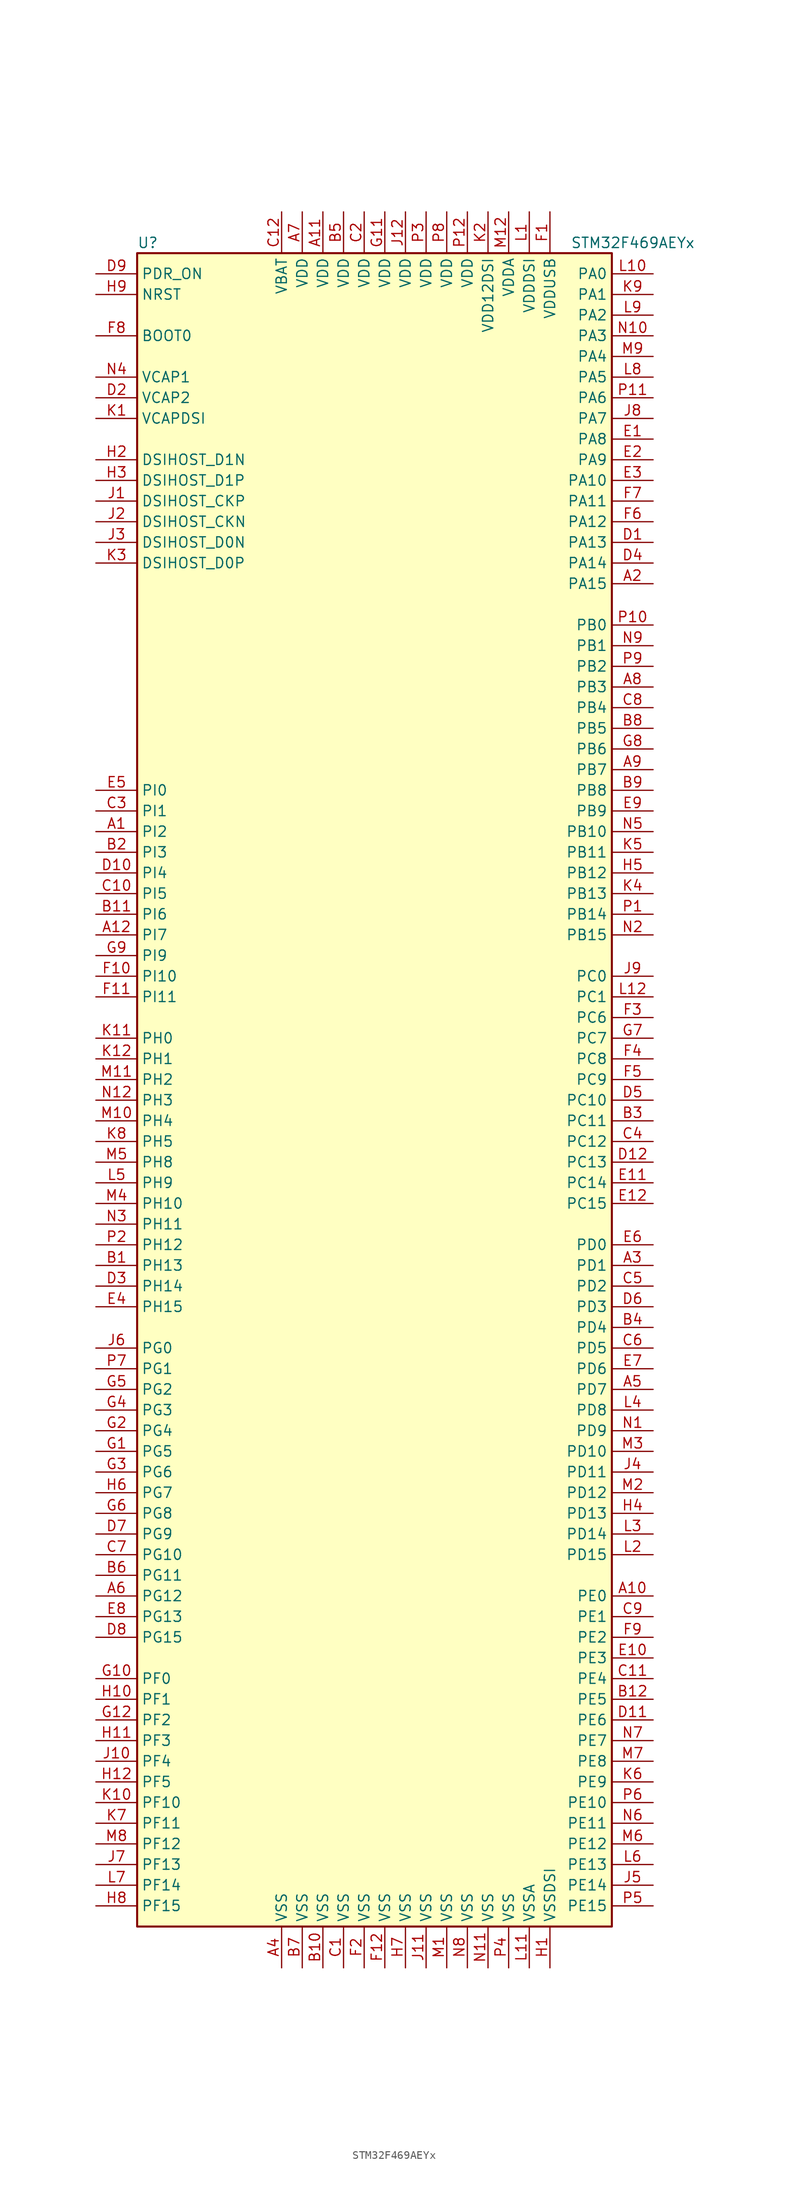
<source format=kicad_sym>
(kicad_symbol_lib
  (version 20211014)
  (generator kicad_symbol_editor)
  (symbol "STM32F469AEYx"
    (property "Reference" "U"
      (at -30.48 102.87 0)
      (effects (font (size 1.27 1.27)) (justify left)))
    (property "Value" "STM32F469AEYx"
      (at 22.86 102.87 0)
      (effects (font (size 1.27 1.27)) (justify left)))
    (symbol "STM32F469AEYx_0_1"
      (rectangle (start -30.48 -104.14) (end 27.94 101.6) (stroke (width 0.254) (type default) (color 0 0 0 0)) (fill (type background))))
    (symbol "STM32F469AEYx_1_1"
      (pin bidirectional line (at -35.56 30.48 0) (length 5.08) (name "PI2" (effects (font (size 1.27 1.27)))) (number "A1" (effects (font (size 1.27 1.27)))))
      (pin bidirectional line (at 33.02 -63.5 180) (length 5.08) (name "PE0" (effects (font (size 1.27 1.27)))) (number "A10" (effects (font (size 1.27 1.27)))))
      (pin power_in line (at -7.62 106.68 270) (length 5.08) (name "VDD" (effects (font (size 1.27 1.27)))) (number "A11" (effects (font (size 1.27 1.27)))))
      (pin bidirectional line (at -35.56 17.78 0) (length 5.08) (name "PI7" (effects (font (size 1.27 1.27)))) (number "A12" (effects (font (size 1.27 1.27)))))
      (pin bidirectional line (at 33.02 60.96 180) (length 5.08) (name "PA15" (effects (font (size 1.27 1.27)))) (number "A2" (effects (font (size 1.27 1.27)))))
      (pin bidirectional line (at 33.02 -22.86 180) (length 5.08) (name "PD1" (effects (font (size 1.27 1.27)))) (number "A3" (effects (font (size 1.27 1.27)))))
      (pin power_in line (at -12.7 -109.22 90) (length 5.08) (name "VSS" (effects (font (size 1.27 1.27)))) (number "A4" (effects (font (size 1.27 1.27)))))
      (pin bidirectional line (at 33.02 -38.1 180) (length 5.08) (name "PD7" (effects (font (size 1.27 1.27)))) (number "A5" (effects (font (size 1.27 1.27)))))
      (pin bidirectional line (at -35.56 -63.5 0) (length 5.08) (name "PG12" (effects (font (size 1.27 1.27)))) (number "A6" (effects (font (size 1.27 1.27)))))
      (pin power_in line (at -10.16 106.68 270) (length 5.08) (name "VDD" (effects (font (size 1.27 1.27)))) (number "A7" (effects (font (size 1.27 1.27)))))
      (pin bidirectional line (at 33.02 48.26 180) (length 5.08) (name "PB3" (effects (font (size 1.27 1.27)))) (number "A8" (effects (font (size 1.27 1.27)))))
      (pin bidirectional line (at 33.02 38.1 180) (length 5.08) (name "PB7" (effects (font (size 1.27 1.27)))) (number "A9" (effects (font (size 1.27 1.27)))))
      (pin bidirectional line (at -35.56 -22.86 0) (length 5.08) (name "PH13" (effects (font (size 1.27 1.27)))) (number "B1" (effects (font (size 1.27 1.27)))))
      (pin power_in line (at -7.62 -109.22 90) (length 5.08) (name "VSS" (effects (font (size 1.27 1.27)))) (number "B10" (effects (font (size 1.27 1.27)))))
      (pin bidirectional line (at -35.56 20.32 0) (length 5.08) (name "PI6" (effects (font (size 1.27 1.27)))) (number "B11" (effects (font (size 1.27 1.27)))))
      (pin bidirectional line (at 33.02 -76.2 180) (length 5.08) (name "PE5" (effects (font (size 1.27 1.27)))) (number "B12" (effects (font (size 1.27 1.27)))))
      (pin bidirectional line (at -35.56 27.94 0) (length 5.08) (name "PI3" (effects (font (size 1.27 1.27)))) (number "B2" (effects (font (size 1.27 1.27)))))
      (pin bidirectional line (at 33.02 -5.08 180) (length 5.08) (name "PC11" (effects (font (size 1.27 1.27)))) (number "B3" (effects (font (size 1.27 1.27)))))
      (pin bidirectional line (at 33.02 -30.48 180) (length 5.08) (name "PD4" (effects (font (size 1.27 1.27)))) (number "B4" (effects (font (size 1.27 1.27)))))
      (pin power_in line (at -5.08 106.68 270) (length 5.08) (name "VDD" (effects (font (size 1.27 1.27)))) (number "B5" (effects (font (size 1.27 1.27)))))
      (pin bidirectional line (at -35.56 -60.96 0) (length 5.08) (name "PG11" (effects (font (size 1.27 1.27)))) (number "B6" (effects (font (size 1.27 1.27)))))
      (pin power_in line (at -10.16 -109.22 90) (length 5.08) (name "VSS" (effects (font (size 1.27 1.27)))) (number "B7" (effects (font (size 1.27 1.27)))))
      (pin bidirectional line (at 33.02 43.18 180) (length 5.08) (name "PB5" (effects (font (size 1.27 1.27)))) (number "B8" (effects (font (size 1.27 1.27)))))
      (pin bidirectional line (at 33.02 35.56 180) (length 5.08) (name "PB8" (effects (font (size 1.27 1.27)))) (number "B9" (effects (font (size 1.27 1.27)))))
      (pin power_in line (at -5.08 -109.22 90) (length 5.08) (name "VSS" (effects (font (size 1.27 1.27)))) (number "C1" (effects (font (size 1.27 1.27)))))
      (pin bidirectional line (at -35.56 22.86 0) (length 5.08) (name "PI5" (effects (font (size 1.27 1.27)))) (number "C10" (effects (font (size 1.27 1.27)))))
      (pin bidirectional line (at 33.02 -73.66 180) (length 5.08) (name "PE4" (effects (font (size 1.27 1.27)))) (number "C11" (effects (font (size 1.27 1.27)))))
      (pin power_in line (at -12.7 106.68 270) (length 5.08) (name "VBAT" (effects (font (size 1.27 1.27)))) (number "C12" (effects (font (size 1.27 1.27)))))
      (pin power_in line (at -2.54 106.68 270) (length 5.08) (name "VDD" (effects (font (size 1.27 1.27)))) (number "C2" (effects (font (size 1.27 1.27)))))
      (pin bidirectional line (at -35.56 33.02 0) (length 5.08) (name "PI1" (effects (font (size 1.27 1.27)))) (number "C3" (effects (font (size 1.27 1.27)))))
      (pin bidirectional line (at 33.02 -7.62 180) (length 5.08) (name "PC12" (effects (font (size 1.27 1.27)))) (number "C4" (effects (font (size 1.27 1.27)))))
      (pin bidirectional line (at 33.02 -25.4 180) (length 5.08) (name "PD2" (effects (font (size 1.27 1.27)))) (number "C5" (effects (font (size 1.27 1.27)))))
      (pin bidirectional line (at 33.02 -33.02 180) (length 5.08) (name "PD5" (effects (font (size 1.27 1.27)))) (number "C6" (effects (font (size 1.27 1.27)))))
      (pin bidirectional line (at -35.56 -58.42 0) (length 5.08) (name "PG10" (effects (font (size 1.27 1.27)))) (number "C7" (effects (font (size 1.27 1.27)))))
      (pin bidirectional line (at 33.02 45.72 180) (length 5.08) (name "PB4" (effects (font (size 1.27 1.27)))) (number "C8" (effects (font (size 1.27 1.27)))))
      (pin bidirectional line (at 33.02 -66.04 180) (length 5.08) (name "PE1" (effects (font (size 1.27 1.27)))) (number "C9" (effects (font (size 1.27 1.27)))))
      (pin bidirectional line (at 33.02 66.04 180) (length 5.08) (name "PA13" (effects (font (size 1.27 1.27)))) (number "D1" (effects (font (size 1.27 1.27)))))
      (pin bidirectional line (at -35.56 25.4 0) (length 5.08) (name "PI4" (effects (font (size 1.27 1.27)))) (number "D10" (effects (font (size 1.27 1.27)))))
      (pin bidirectional line (at 33.02 -78.74 180) (length 5.08) (name "PE6" (effects (font (size 1.27 1.27)))) (number "D11" (effects (font (size 1.27 1.27)))))
      (pin bidirectional line (at 33.02 -10.16 180) (length 5.08) (name "PC13" (effects (font (size 1.27 1.27)))) (number "D12" (effects (font (size 1.27 1.27)))))
      (pin power_in line (at -35.56 83.82 0) (length 5.08) (name "VCAP2" (effects (font (size 1.27 1.27)))) (number "D2" (effects (font (size 1.27 1.27)))))
      (pin bidirectional line (at -35.56 -25.4 0) (length 5.08) (name "PH14" (effects (font (size 1.27 1.27)))) (number "D3" (effects (font (size 1.27 1.27)))))
      (pin bidirectional line (at 33.02 63.5 180) (length 5.08) (name "PA14" (effects (font (size 1.27 1.27)))) (number "D4" (effects (font (size 1.27 1.27)))))
      (pin bidirectional line (at 33.02 -2.54 180) (length 5.08) (name "PC10" (effects (font (size 1.27 1.27)))) (number "D5" (effects (font (size 1.27 1.27)))))
      (pin bidirectional line (at 33.02 -27.94 180) (length 5.08) (name "PD3" (effects (font (size 1.27 1.27)))) (number "D6" (effects (font (size 1.27 1.27)))))
      (pin bidirectional line (at -35.56 -55.88 0) (length 5.08) (name "PG9" (effects (font (size 1.27 1.27)))) (number "D7" (effects (font (size 1.27 1.27)))))
      (pin bidirectional line (at -35.56 -68.58 0) (length 5.08) (name "PG15" (effects (font (size 1.27 1.27)))) (number "D8" (effects (font (size 1.27 1.27)))))
      (pin input line (at -35.56 99.06 0) (length 5.08) (name "PDR_ON" (effects (font (size 1.27 1.27)))) (number "D9" (effects (font (size 1.27 1.27)))))
      (pin bidirectional line (at 33.02 78.74 180) (length 5.08) (name "PA8" (effects (font (size 1.27 1.27)))) (number "E1" (effects (font (size 1.27 1.27)))))
      (pin bidirectional line (at 33.02 -71.12 180) (length 5.08) (name "PE3" (effects (font (size 1.27 1.27)))) (number "E10" (effects (font (size 1.27 1.27)))))
      (pin bidirectional line (at 33.02 -12.7 180) (length 5.08) (name "PC14" (effects (font (size 1.27 1.27)))) (number "E11" (effects (font (size 1.27 1.27)))))
      (pin bidirectional line (at 33.02 -15.24 180) (length 5.08) (name "PC15" (effects (font (size 1.27 1.27)))) (number "E12" (effects (font (size 1.27 1.27)))))
      (pin bidirectional line (at 33.02 76.2 180) (length 5.08) (name "PA9" (effects (font (size 1.27 1.27)))) (number "E2" (effects (font (size 1.27 1.27)))))
      (pin bidirectional line (at 33.02 73.66 180) (length 5.08) (name "PA10" (effects (font (size 1.27 1.27)))) (number "E3" (effects (font (size 1.27 1.27)))))
      (pin bidirectional line (at -35.56 -27.94 0) (length 5.08) (name "PH15" (effects (font (size 1.27 1.27)))) (number "E4" (effects (font (size 1.27 1.27)))))
      (pin bidirectional line (at -35.56 35.56 0) (length 5.08) (name "PI0" (effects (font (size 1.27 1.27)))) (number "E5" (effects (font (size 1.27 1.27)))))
      (pin bidirectional line (at 33.02 -20.32 180) (length 5.08) (name "PD0" (effects (font (size 1.27 1.27)))) (number "E6" (effects (font (size 1.27 1.27)))))
      (pin bidirectional line (at 33.02 -35.56 180) (length 5.08) (name "PD6" (effects (font (size 1.27 1.27)))) (number "E7" (effects (font (size 1.27 1.27)))))
      (pin bidirectional line (at -35.56 -66.04 0) (length 5.08) (name "PG13" (effects (font (size 1.27 1.27)))) (number "E8" (effects (font (size 1.27 1.27)))))
      (pin bidirectional line (at 33.02 33.02 180) (length 5.08) (name "PB9" (effects (font (size 1.27 1.27)))) (number "E9" (effects (font (size 1.27 1.27)))))
      (pin power_in line (at 20.32 106.68 270) (length 5.08) (name "VDDUSB" (effects (font (size 1.27 1.27)))) (number "F1" (effects (font (size 1.27 1.27)))))
      (pin bidirectional line (at -35.56 12.7 0) (length 5.08) (name "PI10" (effects (font (size 1.27 1.27)))) (number "F10" (effects (font (size 1.27 1.27)))))
      (pin bidirectional line (at -35.56 10.16 0) (length 5.08) (name "PI11" (effects (font (size 1.27 1.27)))) (number "F11" (effects (font (size 1.27 1.27)))))
      (pin power_in line (at 0 -109.22 90) (length 5.08) (name "VSS" (effects (font (size 1.27 1.27)))) (number "F12" (effects (font (size 1.27 1.27)))))
      (pin power_in line (at -2.54 -109.22 90) (length 5.08) (name "VSS" (effects (font (size 1.27 1.27)))) (number "F2" (effects (font (size 1.27 1.27)))))
      (pin bidirectional line (at 33.02 7.62 180) (length 5.08) (name "PC6" (effects (font (size 1.27 1.27)))) (number "F3" (effects (font (size 1.27 1.27)))))
      (pin bidirectional line (at 33.02 2.54 180) (length 5.08) (name "PC8" (effects (font (size 1.27 1.27)))) (number "F4" (effects (font (size 1.27 1.27)))))
      (pin bidirectional line (at 33.02 0 180) (length 5.08) (name "PC9" (effects (font (size 1.27 1.27)))) (number "F5" (effects (font (size 1.27 1.27)))))
      (pin bidirectional line (at 33.02 68.58 180) (length 5.08) (name "PA12" (effects (font (size 1.27 1.27)))) (number "F6" (effects (font (size 1.27 1.27)))))
      (pin bidirectional line (at 33.02 71.12 180) (length 5.08) (name "PA11" (effects (font (size 1.27 1.27)))) (number "F7" (effects (font (size 1.27 1.27)))))
      (pin input line (at -35.56 91.44 0) (length 5.08) (name "BOOT0" (effects (font (size 1.27 1.27)))) (number "F8" (effects (font (size 1.27 1.27)))))
      (pin bidirectional line (at 33.02 -68.58 180) (length 5.08) (name "PE2" (effects (font (size 1.27 1.27)))) (number "F9" (effects (font (size 1.27 1.27)))))
      (pin bidirectional line (at -35.56 -45.72 0) (length 5.08) (name "PG5" (effects (font (size 1.27 1.27)))) (number "G1" (effects (font (size 1.27 1.27)))))
      (pin bidirectional line (at -35.56 -73.66 0) (length 5.08) (name "PF0" (effects (font (size 1.27 1.27)))) (number "G10" (effects (font (size 1.27 1.27)))))
      (pin power_in line (at 0 106.68 270) (length 5.08) (name "VDD" (effects (font (size 1.27 1.27)))) (number "G11" (effects (font (size 1.27 1.27)))))
      (pin bidirectional line (at -35.56 -78.74 0) (length 5.08) (name "PF2" (effects (font (size 1.27 1.27)))) (number "G12" (effects (font (size 1.27 1.27)))))
      (pin bidirectional line (at -35.56 -43.18 0) (length 5.08) (name "PG4" (effects (font (size 1.27 1.27)))) (number "G2" (effects (font (size 1.27 1.27)))))
      (pin bidirectional line (at -35.56 -48.26 0) (length 5.08) (name "PG6" (effects (font (size 1.27 1.27)))) (number "G3" (effects (font (size 1.27 1.27)))))
      (pin bidirectional line (at -35.56 -40.64 0) (length 5.08) (name "PG3" (effects (font (size 1.27 1.27)))) (number "G4" (effects (font (size 1.27 1.27)))))
      (pin bidirectional line (at -35.56 -38.1 0) (length 5.08) (name "PG2" (effects (font (size 1.27 1.27)))) (number "G5" (effects (font (size 1.27 1.27)))))
      (pin bidirectional line (at -35.56 -53.34 0) (length 5.08) (name "PG8" (effects (font (size 1.27 1.27)))) (number "G6" (effects (font (size 1.27 1.27)))))
      (pin bidirectional line (at 33.02 5.08 180) (length 5.08) (name "PC7" (effects (font (size 1.27 1.27)))) (number "G7" (effects (font (size 1.27 1.27)))))
      (pin bidirectional line (at 33.02 40.64 180) (length 5.08) (name "PB6" (effects (font (size 1.27 1.27)))) (number "G8" (effects (font (size 1.27 1.27)))))
      (pin bidirectional line (at -35.56 15.24 0) (length 5.08) (name "PI9" (effects (font (size 1.27 1.27)))) (number "G9" (effects (font (size 1.27 1.27)))))
      (pin power_in line (at 20.32 -109.22 90) (length 5.08) (name "VSSDSI" (effects (font (size 1.27 1.27)))) (number "H1" (effects (font (size 1.27 1.27)))))
      (pin bidirectional line (at -35.56 -76.2 0) (length 5.08) (name "PF1" (effects (font (size 1.27 1.27)))) (number "H10" (effects (font (size 1.27 1.27)))))
      (pin bidirectional line (at -35.56 -81.28 0) (length 5.08) (name "PF3" (effects (font (size 1.27 1.27)))) (number "H11" (effects (font (size 1.27 1.27)))))
      (pin bidirectional line (at -35.56 -86.36 0) (length 5.08) (name "PF5" (effects (font (size 1.27 1.27)))) (number "H12" (effects (font (size 1.27 1.27)))))
      (pin bidirectional line (at -35.56 76.2 0) (length 5.08) (name "DSIHOST_D1N" (effects (font (size 1.27 1.27)))) (number "H2" (effects (font (size 1.27 1.27)))))
      (pin bidirectional line (at -35.56 73.66 0) (length 5.08) (name "DSIHOST_D1P" (effects (font (size 1.27 1.27)))) (number "H3" (effects (font (size 1.27 1.27)))))
      (pin bidirectional line (at 33.02 -53.34 180) (length 5.08) (name "PD13" (effects (font (size 1.27 1.27)))) (number "H4" (effects (font (size 1.27 1.27)))))
      (pin bidirectional line (at 33.02 25.4 180) (length 5.08) (name "PB12" (effects (font (size 1.27 1.27)))) (number "H5" (effects (font (size 1.27 1.27)))))
      (pin bidirectional line (at -35.56 -50.8 0) (length 5.08) (name "PG7" (effects (font (size 1.27 1.27)))) (number "H6" (effects (font (size 1.27 1.27)))))
      (pin power_in line (at 2.54 -109.22 90) (length 5.08) (name "VSS" (effects (font (size 1.27 1.27)))) (number "H7" (effects (font (size 1.27 1.27)))))
      (pin bidirectional line (at -35.56 -101.6 0) (length 5.08) (name "PF15" (effects (font (size 1.27 1.27)))) (number "H8" (effects (font (size 1.27 1.27)))))
      (pin input line (at -35.56 96.52 0) (length 5.08) (name "NRST" (effects (font (size 1.27 1.27)))) (number "H9" (effects (font (size 1.27 1.27)))))
      (pin bidirectional line (at -35.56 71.12 0) (length 5.08) (name "DSIHOST_CKP" (effects (font (size 1.27 1.27)))) (number "J1" (effects (font (size 1.27 1.27)))))
      (pin bidirectional line (at -35.56 -83.82 0) (length 5.08) (name "PF4" (effects (font (size 1.27 1.27)))) (number "J10" (effects (font (size 1.27 1.27)))))
      (pin power_in line (at 5.08 -109.22 90) (length 5.08) (name "VSS" (effects (font (size 1.27 1.27)))) (number "J11" (effects (font (size 1.27 1.27)))))
      (pin power_in line (at 2.54 106.68 270) (length 5.08) (name "VDD" (effects (font (size 1.27 1.27)))) (number "J12" (effects (font (size 1.27 1.27)))))
      (pin bidirectional line (at -35.56 68.58 0) (length 5.08) (name "DSIHOST_CKN" (effects (font (size 1.27 1.27)))) (number "J2" (effects (font (size 1.27 1.27)))))
      (pin bidirectional line (at -35.56 66.04 0) (length 5.08) (name "DSIHOST_D0N" (effects (font (size 1.27 1.27)))) (number "J3" (effects (font (size 1.27 1.27)))))
      (pin bidirectional line (at 33.02 -48.26 180) (length 5.08) (name "PD11" (effects (font (size 1.27 1.27)))) (number "J4" (effects (font (size 1.27 1.27)))))
      (pin bidirectional line (at 33.02 -99.06 180) (length 5.08) (name "PE14" (effects (font (size 1.27 1.27)))) (number "J5" (effects (font (size 1.27 1.27)))))
      (pin bidirectional line (at -35.56 -33.02 0) (length 5.08) (name "PG0" (effects (font (size 1.27 1.27)))) (number "J6" (effects (font (size 1.27 1.27)))))
      (pin bidirectional line (at -35.56 -96.52 0) (length 5.08) (name "PF13" (effects (font (size 1.27 1.27)))) (number "J7" (effects (font (size 1.27 1.27)))))
      (pin bidirectional line (at 33.02 81.28 180) (length 5.08) (name "PA7" (effects (font (size 1.27 1.27)))) (number "J8" (effects (font (size 1.27 1.27)))))
      (pin bidirectional line (at 33.02 12.7 180) (length 5.08) (name "PC0" (effects (font (size 1.27 1.27)))) (number "J9" (effects (font (size 1.27 1.27)))))
      (pin power_in line (at -35.56 81.28 0) (length 5.08) (name "VCAPDSI" (effects (font (size 1.27 1.27)))) (number "K1" (effects (font (size 1.27 1.27)))))
      (pin bidirectional line (at -35.56 -88.9 0) (length 5.08) (name "PF10" (effects (font (size 1.27 1.27)))) (number "K10" (effects (font (size 1.27 1.27)))))
      (pin input line (at -35.56 5.08 0) (length 5.08) (name "PH0" (effects (font (size 1.27 1.27)))) (number "K11" (effects (font (size 1.27 1.27)))))
      (pin input line (at -35.56 2.54 0) (length 5.08) (name "PH1" (effects (font (size 1.27 1.27)))) (number "K12" (effects (font (size 1.27 1.27)))))
      (pin power_in line (at 12.7 106.68 270) (length 5.08) (name "VDD12DSI" (effects (font (size 1.27 1.27)))) (number "K2" (effects (font (size 1.27 1.27)))))
      (pin bidirectional line (at -35.56 63.5 0) (length 5.08) (name "DSIHOST_D0P" (effects (font (size 1.27 1.27)))) (number "K3" (effects (font (size 1.27 1.27)))))
      (pin bidirectional line (at 33.02 22.86 180) (length 5.08) (name "PB13" (effects (font (size 1.27 1.27)))) (number "K4" (effects (font (size 1.27 1.27)))))
      (pin bidirectional line (at 33.02 27.94 180) (length 5.08) (name "PB11" (effects (font (size 1.27 1.27)))) (number "K5" (effects (font (size 1.27 1.27)))))
      (pin bidirectional line (at 33.02 -86.36 180) (length 5.08) (name "PE9" (effects (font (size 1.27 1.27)))) (number "K6" (effects (font (size 1.27 1.27)))))
      (pin bidirectional line (at -35.56 -91.44 0) (length 5.08) (name "PF11" (effects (font (size 1.27 1.27)))) (number "K7" (effects (font (size 1.27 1.27)))))
      (pin bidirectional line (at -35.56 -7.62 0) (length 5.08) (name "PH5" (effects (font (size 1.27 1.27)))) (number "K8" (effects (font (size 1.27 1.27)))))
      (pin bidirectional line (at 33.02 96.52 180) (length 5.08) (name "PA1" (effects (font (size 1.27 1.27)))) (number "K9" (effects (font (size 1.27 1.27)))))
      (pin power_in line (at 17.78 106.68 270) (length 5.08) (name "VDDDSI" (effects (font (size 1.27 1.27)))) (number "L1" (effects (font (size 1.27 1.27)))))
      (pin bidirectional line (at 33.02 99.06 180) (length 5.08) (name "PA0" (effects (font (size 1.27 1.27)))) (number "L10" (effects (font (size 1.27 1.27)))))
      (pin power_in line (at 17.78 -109.22 90) (length 5.08) (name "VSSA" (effects (font (size 1.27 1.27)))) (number "L11" (effects (font (size 1.27 1.27)))))
      (pin bidirectional line (at 33.02 10.16 180) (length 5.08) (name "PC1" (effects (font (size 1.27 1.27)))) (number "L12" (effects (font (size 1.27 1.27)))))
      (pin bidirectional line (at 33.02 -58.42 180) (length 5.08) (name "PD15" (effects (font (size 1.27 1.27)))) (number "L2" (effects (font (size 1.27 1.27)))))
      (pin bidirectional line (at 33.02 -55.88 180) (length 5.08) (name "PD14" (effects (font (size 1.27 1.27)))) (number "L3" (effects (font (size 1.27 1.27)))))
      (pin bidirectional line (at 33.02 -40.64 180) (length 5.08) (name "PD8" (effects (font (size 1.27 1.27)))) (number "L4" (effects (font (size 1.27 1.27)))))
      (pin bidirectional line (at -35.56 -12.7 0) (length 5.08) (name "PH9" (effects (font (size 1.27 1.27)))) (number "L5" (effects (font (size 1.27 1.27)))))
      (pin bidirectional line (at 33.02 -96.52 180) (length 5.08) (name "PE13" (effects (font (size 1.27 1.27)))) (number "L6" (effects (font (size 1.27 1.27)))))
      (pin bidirectional line (at -35.56 -99.06 0) (length 5.08) (name "PF14" (effects (font (size 1.27 1.27)))) (number "L7" (effects (font (size 1.27 1.27)))))
      (pin bidirectional line (at 33.02 86.36 180) (length 5.08) (name "PA5" (effects (font (size 1.27 1.27)))) (number "L8" (effects (font (size 1.27 1.27)))))
      (pin bidirectional line (at 33.02 93.98 180) (length 5.08) (name "PA2" (effects (font (size 1.27 1.27)))) (number "L9" (effects (font (size 1.27 1.27)))))
      (pin power_in line (at 7.62 -109.22 90) (length 5.08) (name "VSS" (effects (font (size 1.27 1.27)))) (number "M1" (effects (font (size 1.27 1.27)))))
      (pin bidirectional line (at -35.56 -5.08 0) (length 5.08) (name "PH4" (effects (font (size 1.27 1.27)))) (number "M10" (effects (font (size 1.27 1.27)))))
      (pin bidirectional line (at -35.56 0 0) (length 5.08) (name "PH2" (effects (font (size 1.27 1.27)))) (number "M11" (effects (font (size 1.27 1.27)))))
      (pin power_in line (at 15.24 106.68 270) (length 5.08) (name "VDDA" (effects (font (size 1.27 1.27)))) (number "M12" (effects (font (size 1.27 1.27)))))
      (pin bidirectional line (at 33.02 -50.8 180) (length 5.08) (name "PD12" (effects (font (size 1.27 1.27)))) (number "M2" (effects (font (size 1.27 1.27)))))
      (pin bidirectional line (at 33.02 -45.72 180) (length 5.08) (name "PD10" (effects (font (size 1.27 1.27)))) (number "M3" (effects (font (size 1.27 1.27)))))
      (pin bidirectional line (at -35.56 -15.24 0) (length 5.08) (name "PH10" (effects (font (size 1.27 1.27)))) (number "M4" (effects (font (size 1.27 1.27)))))
      (pin bidirectional line (at -35.56 -10.16 0) (length 5.08) (name "PH8" (effects (font (size 1.27 1.27)))) (number "M5" (effects (font (size 1.27 1.27)))))
      (pin bidirectional line (at 33.02 -93.98 180) (length 5.08) (name "PE12" (effects (font (size 1.27 1.27)))) (number "M6" (effects (font (size 1.27 1.27)))))
      (pin bidirectional line (at 33.02 -83.82 180) (length 5.08) (name "PE8" (effects (font (size 1.27 1.27)))) (number "M7" (effects (font (size 1.27 1.27)))))
      (pin bidirectional line (at -35.56 -93.98 0) (length 5.08) (name "PF12" (effects (font (size 1.27 1.27)))) (number "M8" (effects (font (size 1.27 1.27)))))
      (pin bidirectional line (at 33.02 88.9 180) (length 5.08) (name "PA4" (effects (font (size 1.27 1.27)))) (number "M9" (effects (font (size 1.27 1.27)))))
      (pin bidirectional line (at 33.02 -43.18 180) (length 5.08) (name "PD9" (effects (font (size 1.27 1.27)))) (number "N1" (effects (font (size 1.27 1.27)))))
      (pin bidirectional line (at 33.02 91.44 180) (length 5.08) (name "PA3" (effects (font (size 1.27 1.27)))) (number "N10" (effects (font (size 1.27 1.27)))))
      (pin power_in line (at 12.7 -109.22 90) (length 5.08) (name "VSS" (effects (font (size 1.27 1.27)))) (number "N11" (effects (font (size 1.27 1.27)))))
      (pin bidirectional line (at -35.56 -2.54 0) (length 5.08) (name "PH3" (effects (font (size 1.27 1.27)))) (number "N12" (effects (font (size 1.27 1.27)))))
      (pin bidirectional line (at 33.02 17.78 180) (length 5.08) (name "PB15" (effects (font (size 1.27 1.27)))) (number "N2" (effects (font (size 1.27 1.27)))))
      (pin bidirectional line (at -35.56 -17.78 0) (length 5.08) (name "PH11" (effects (font (size 1.27 1.27)))) (number "N3" (effects (font (size 1.27 1.27)))))
      (pin power_in line (at -35.56 86.36 0) (length 5.08) (name "VCAP1" (effects (font (size 1.27 1.27)))) (number "N4" (effects (font (size 1.27 1.27)))))
      (pin bidirectional line (at 33.02 30.48 180) (length 5.08) (name "PB10" (effects (font (size 1.27 1.27)))) (number "N5" (effects (font (size 1.27 1.27)))))
      (pin bidirectional line (at 33.02 -91.44 180) (length 5.08) (name "PE11" (effects (font (size 1.27 1.27)))) (number "N6" (effects (font (size 1.27 1.27)))))
      (pin bidirectional line (at 33.02 -81.28 180) (length 5.08) (name "PE7" (effects (font (size 1.27 1.27)))) (number "N7" (effects (font (size 1.27 1.27)))))
      (pin power_in line (at 10.16 -109.22 90) (length 5.08) (name "VSS" (effects (font (size 1.27 1.27)))) (number "N8" (effects (font (size 1.27 1.27)))))
      (pin bidirectional line (at 33.02 53.34 180) (length 5.08) (name "PB1" (effects (font (size 1.27 1.27)))) (number "N9" (effects (font (size 1.27 1.27)))))
      (pin bidirectional line (at 33.02 20.32 180) (length 5.08) (name "PB14" (effects (font (size 1.27 1.27)))) (number "P1" (effects (font (size 1.27 1.27)))))
      (pin bidirectional line (at 33.02 55.88 180) (length 5.08) (name "PB0" (effects (font (size 1.27 1.27)))) (number "P10" (effects (font (size 1.27 1.27)))))
      (pin bidirectional line (at 33.02 83.82 180) (length 5.08) (name "PA6" (effects (font (size 1.27 1.27)))) (number "P11" (effects (font (size 1.27 1.27)))))
      (pin power_in line (at 10.16 106.68 270) (length 5.08) (name "VDD" (effects (font (size 1.27 1.27)))) (number "P12" (effects (font (size 1.27 1.27)))))
      (pin bidirectional line (at -35.56 -20.32 0) (length 5.08) (name "PH12" (effects (font (size 1.27 1.27)))) (number "P2" (effects (font (size 1.27 1.27)))))
      (pin power_in line (at 5.08 106.68 270) (length 5.08) (name "VDD" (effects (font (size 1.27 1.27)))) (number "P3" (effects (font (size 1.27 1.27)))))
      (pin power_in line (at 15.24 -109.22 90) (length 5.08) (name "VSS" (effects (font (size 1.27 1.27)))) (number "P4" (effects (font (size 1.27 1.27)))))
      (pin bidirectional line (at 33.02 -101.6 180) (length 5.08) (name "PE15" (effects (font (size 1.27 1.27)))) (number "P5" (effects (font (size 1.27 1.27)))))
      (pin bidirectional line (at 33.02 -88.9 180) (length 5.08) (name "PE10" (effects (font (size 1.27 1.27)))) (number "P6" (effects (font (size 1.27 1.27)))))
      (pin bidirectional line (at -35.56 -35.56 0) (length 5.08) (name "PG1" (effects (font (size 1.27 1.27)))) (number "P7" (effects (font (size 1.27 1.27)))))
      (pin power_in line (at 7.62 106.68 270) (length 5.08) (name "VDD" (effects (font (size 1.27 1.27)))) (number "P8" (effects (font (size 1.27 1.27)))))
      (pin bidirectional line (at 33.02 50.8 180) (length 5.08) (name "PB2" (effects (font (size 1.27 1.27)))) (number "P9" (effects (font (size 1.27 1.27))))))))
</source>
